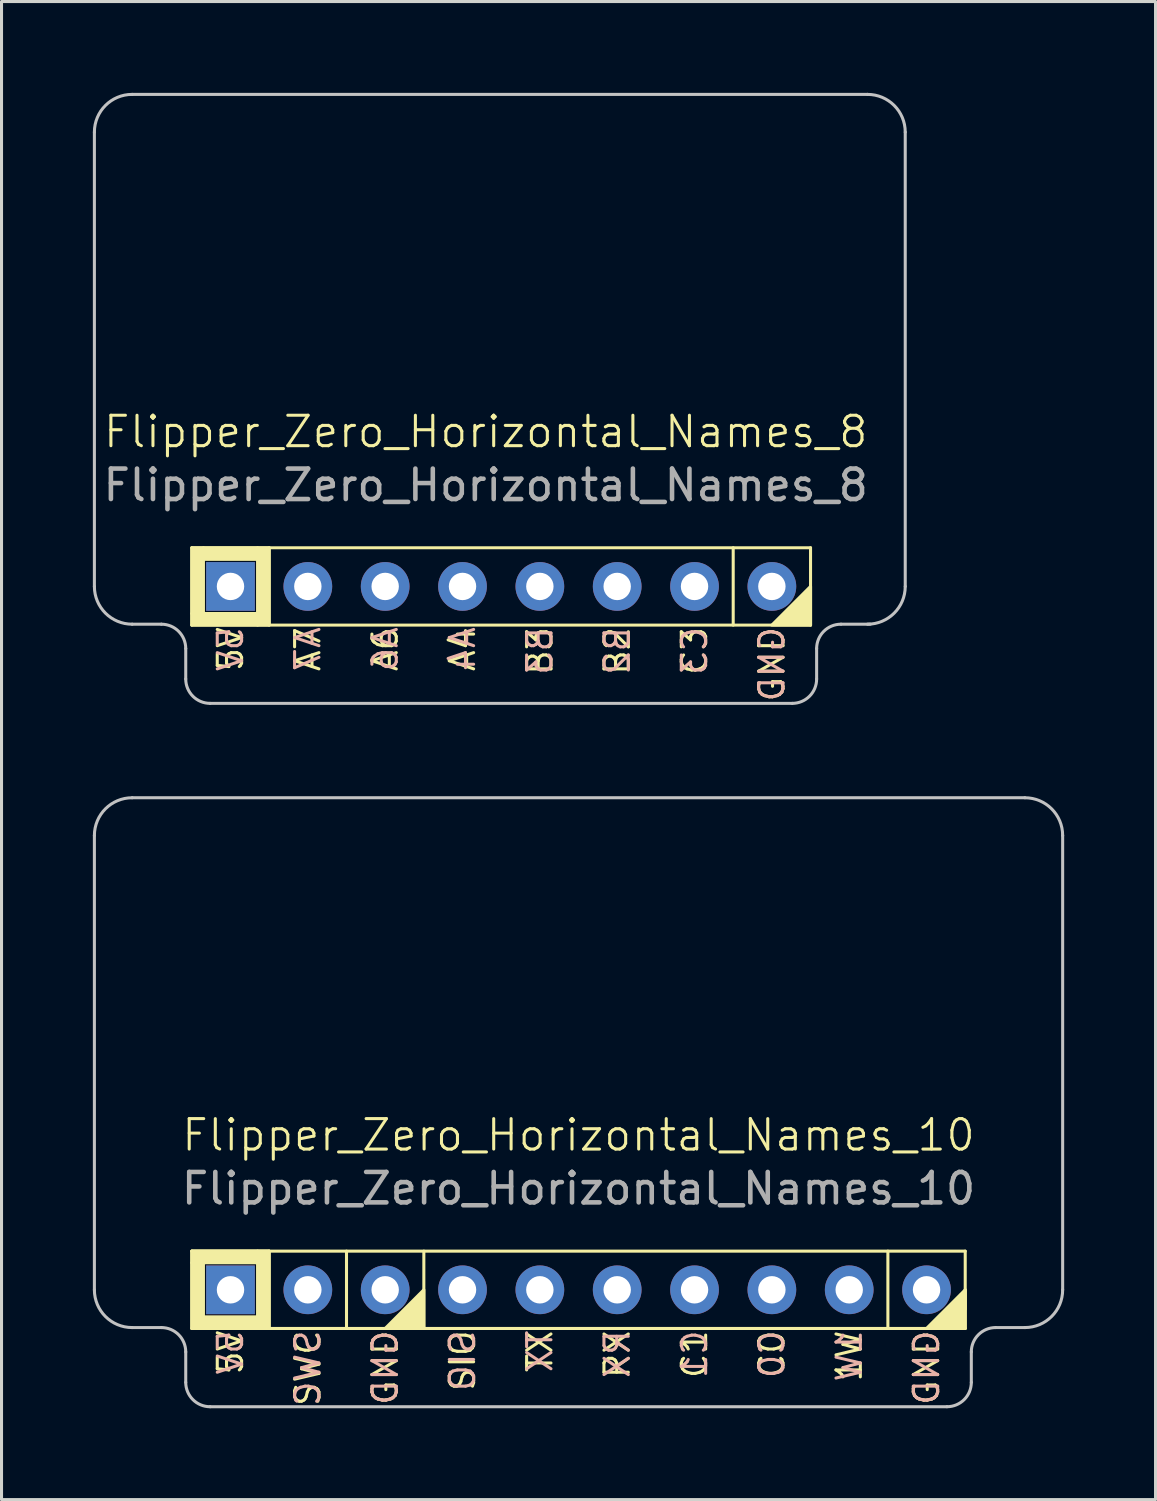
<source format=kicad_pcb>
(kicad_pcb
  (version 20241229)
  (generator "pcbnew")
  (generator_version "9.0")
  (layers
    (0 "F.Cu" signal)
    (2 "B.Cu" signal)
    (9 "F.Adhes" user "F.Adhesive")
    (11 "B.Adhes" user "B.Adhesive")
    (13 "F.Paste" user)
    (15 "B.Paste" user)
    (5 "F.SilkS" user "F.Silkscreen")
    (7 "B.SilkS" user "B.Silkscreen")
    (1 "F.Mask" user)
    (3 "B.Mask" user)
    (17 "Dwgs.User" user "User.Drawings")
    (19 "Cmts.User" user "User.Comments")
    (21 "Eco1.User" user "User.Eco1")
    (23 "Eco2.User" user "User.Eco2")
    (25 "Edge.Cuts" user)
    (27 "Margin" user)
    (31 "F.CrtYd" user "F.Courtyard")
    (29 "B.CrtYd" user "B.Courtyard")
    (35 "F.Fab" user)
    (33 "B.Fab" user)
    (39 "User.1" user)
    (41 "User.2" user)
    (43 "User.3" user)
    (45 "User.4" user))
  (footprint "Flipper_Zero_Horizontal_Names_10"
    (layer "F.Cu")
    (at 4.52 39.31)
    (property "Reference" "Flipper_Zero_Horizontal_Names_10" (at 11.43 -5.08 0) (unlocked yes) (layer "F.SilkS") (effects (font (size 1 1) (thickness 0.1))))
    (attr through_hole)
    (fp_line (start -1.27 -1.27) (end 1.27 -1.27) (stroke (width 0.1) (type default)) (layer "F.SilkS"))
    (fp_line (start -1.27 -1.27) (end 24.13 -1.27) (stroke (width 0.1) (type default)) (layer "F.SilkS"))
    (fp_line (start -1.27 1.27) (end -1.27 -1.27) (stroke (width 0.1) (type default)) (layer "F.SilkS"))
    (fp_line (start 1.27 -1.27) (end 1.27 1.27) (stroke (width 0.1) (type default)) (layer "F.SilkS"))
    (fp_line (start 3.81 -1.27) (end 3.81 1.27) (stroke (width 0.1) (type default)) (layer "F.SilkS"))
    (fp_line (start 6.35 -1.27) (end 6.35 1.27) (stroke (width 0.1) (type default)) (layer "F.SilkS"))
    (fp_line (start 21.59 -1.27) (end 21.59 1.27) (stroke (width 0.1) (type default)) (layer "F.SilkS"))
    (fp_line (start 24.13 -1.27) (end 24.13 1.27) (stroke (width 0.1) (type default)) (layer "F.SilkS"))
    (fp_line (start 24.13 0) (end 24.13 0.635) (stroke (width 0.1) (type default)) (layer "F.SilkS"))
    (fp_line (start 24.13 1.27) (end -1.27 1.27) (stroke (width 0.1) (type default)) (layer "F.SilkS"))
    (fp_rect (start -1.27 -1.27) (end 0.889 -0.889) (stroke (width 0.1) (type solid)) (fill yes) (layer "F.SilkS"))
    (fp_rect (start -1.27 -0.889) (end -0.889 1.27) (stroke (width 0.1) (type solid)) (fill yes) (layer "F.SilkS"))
    (fp_rect (start -0.889 0.889) (end 0.889 1.27) (stroke (width 0.1) (type solid)) (fill yes) (layer "F.SilkS"))
    (fp_rect (start 0.889 -1.27) (end 1.27 1.27) (stroke (width 0.1) (type solid)) (fill yes) (layer "F.SilkS"))
    (fp_poly (pts (xy 6.35 0) (xy 5.08 1.27) (xy 6.35 1.27)) (stroke (width 0.1) (type solid)) (fill yes) (layer "F.SilkS"))
    (fp_poly (pts (xy 22.86 1.27) (xy 24.13 0) (xy 24.13 1.27)) (stroke (width 0.1) (type solid)) (fill yes) (layer "F.SilkS"))
    (fp_line (start -4.47 0) (end -4.47 -14.92) (stroke (width 0.1) (type default)) (layer "Dwgs.User"))
    (fp_line (start -3.23 -16.16) (end 26.09 -16.16) (stroke (width 0.1) (type default)) (layer "Dwgs.User"))
    (fp_line (start -2.27 1.24) (end -3.23 1.24) (stroke (width 0.1) (type default)) (layer "Dwgs.User"))
    (fp_line (start -1.47 2.04) (end -1.47 3.04) (stroke (width 0.1) (type default)) (layer "Dwgs.User"))
    (fp_line (start -0.67 3.84) (end 23.53 3.84) (stroke (width 0.1) (type default)) (layer "Dwgs.User"))
    (fp_line (start 24.33 2.04) (end 24.33 3.04) (stroke (width 0.1) (type default)) (layer "Dwgs.User"))
    (fp_line (start 26.09 1.24) (end 25.13 1.24) (stroke (width 0.1) (type default)) (layer "Dwgs.User"))
    (fp_line (start 27.33 0) (end 27.33 -14.92) (stroke (width 0.1) (type default)) (layer "Dwgs.User"))
    (fp_arc (start -4.47 -14.92) (mid -4.106812 -15.796812) (end -3.23 -16.16) (stroke (width 0.1) (type default)) (layer "Dwgs.User"))
    (fp_arc (start -3.23 1.24) (mid -4.106812 0.876812) (end -4.47 0) (stroke (width 0.1) (type default)) (layer "Dwgs.User"))
    (fp_arc (start -2.27 1.24) (mid -1.704314 1.474314) (end -1.47 2.04) (stroke (width 0.1) (type default)) (layer "Dwgs.User"))
    (fp_arc (start -0.67 3.84) (mid -1.235686 3.605686) (end -1.47 3.04) (stroke (width 0.1) (type default)) (layer "Dwgs.User"))
    (fp_arc (start 24.33 2.04) (mid 24.564315 1.474315) (end 25.13 1.24) (stroke (width 0.1) (type default)) (layer "Dwgs.User"))
    (fp_arc (start 24.33 3.04) (mid 24.095685 3.605685) (end 23.53 3.84) (stroke (width 0.1) (type default)) (layer "Dwgs.User"))
    (fp_arc (start 26.09 -16.16) (mid 26.966812 -15.796812) (end 27.33 -14.92) (stroke (width 0.1) (type default)) (layer "Dwgs.User"))
    (fp_arc (start 27.33 0) (mid 26.966812 0.876812) (end 26.09 1.24) (stroke (width 0.1) (type default)) (layer "Dwgs.User"))
    (fp_text user "GND" (at 5.08 1.27 90) (unlocked yes) (layer "F.SilkS") (effects (font (size 0.8 0.8) (thickness 0.1)) (justify right)))
    (fp_text user "GND" (at 22.86 1.27 90) (unlocked yes) (layer "F.SilkS") (effects (font (size 0.8 0.8) (thickness 0.1)) (justify right)))
    (fp_text user "5V" (at 0 1.27 90) (unlocked yes) (layer "F.SilkS") (effects (font (size 0.8 0.8) (thickness 0.1)) (justify right)))
    (fp_text user "TX" (at 10.16 1.27 90) (unlocked yes) (layer "F.SilkS") (effects (font (size 0.8 0.8) (thickness 0.1)) (justify right)))
    (fp_text user "1W" (at 20.32 1.27 90) (unlocked yes) (layer "F.SilkS") (effects (font (size 0.8 0.8) (thickness 0.1)) (justify right)))
    (fp_text user "SIO" (at 7.62 1.27 90) (unlocked yes) (layer "F.SilkS") (effects (font (size 0.8 0.8) (thickness 0.1)) (justify right)))
    (fp_text user "RX" (at 12.7 1.27 90) (unlocked yes) (layer "F.SilkS") (effects (font (size 0.8 0.8) (thickness 0.1)) (justify right)))
    (fp_text user "C1" (at 15.24 1.27 90) (unlocked yes) (layer "F.SilkS") (effects (font (size 0.8 0.8) (thickness 0.1)) (justify right)))
    (fp_text user "SWC" (at 2.54 1.27 90) (unlocked yes) (layer "F.SilkS") (effects (font (size 0.8 0.8) (thickness 0.1)) (justify right)))
    (fp_text user "C0" (at 17.78 1.27 90) (unlocked yes) (layer "F.SilkS") (effects (font (size 0.8 0.8) (thickness 0.1)) (justify right)))
    (fp_text user "RX" (at 12.7 1.27 90) (unlocked yes) (layer "B.SilkS") (effects (font (size 0.8 0.8) (thickness 0.1)) (justify left mirror)))
    (fp_text user "SIO" (at 7.62 1.27 90) (unlocked yes) (layer "B.SilkS") (effects (font (size 0.8 0.8) (thickness 0.1)) (justify left mirror)))
    (fp_text user "GND" (at 22.86 1.27 90) (unlocked yes) (layer "B.SilkS") (effects (font (size 0.8 0.8) (thickness 0.1)) (justify left mirror)))
    (fp_text user "SWC" (at 2.54 1.27 90) (unlocked yes) (layer "B.SilkS") (effects (font (size 0.8 0.8) (thickness 0.1)) (justify left mirror)))
    (fp_text user "5V" (at 0 1.27 90) (unlocked yes) (layer "B.SilkS") (effects (font (size 0.8 0.8) (thickness 0.1)) (justify left mirror)))
    (fp_text user "1W" (at 20.32 1.27 90) (unlocked yes) (layer "B.SilkS") (effects (font (size 0.8 0.8) (thickness 0.1)) (justify left mirror)))
    (fp_text user "C0" (at 17.78 1.27 90) (unlocked yes) (layer "B.SilkS") (effects (font (size 0.8 0.8) (thickness 0.1)) (justify left mirror)))
    (fp_text user "C1" (at 15.24 1.27 90) (unlocked yes) (layer "B.SilkS") (effects (font (size 0.8 0.8) (thickness 0.1)) (justify left mirror)))
    (fp_text user "TX" (at 10.16 1.27 90) (unlocked yes) (layer "B.SilkS") (effects (font (size 0.8 0.8) (thickness 0.1)) (justify left mirror)))
    (fp_text user "GND" (at 5.08 1.27 90) (unlocked yes) (layer "B.SilkS") (effects (font (size 0.8 0.8) (thickness 0.1)) (justify left mirror)))
    (fp_text user "${REFERENCE}" (at 11.43 -3.326 0) (unlocked yes) (layer "F.Fab") (effects (font (size 1 1) (thickness 0.15))))
    (pad "9" thru_hole rect (at 0 0) (size 1.6 1.6) (drill 0.9) (layers "*.Cu" "*.Mask"))
    (pad "10" thru_hole circle (at 2.54 0) (size 1.6 1.6) (drill 0.9) (layers "*.Cu" "*.Mask"))
    (pad "11" thru_hole circle (at 5.08 0) (size 1.6 1.6) (drill 0.9) (layers "*.Cu" "*.Mask"))
    (pad "12" thru_hole circle (at 7.62 0) (size 1.6 1.6) (drill 0.9) (layers "*.Cu" "*.Mask"))
    (pad "13" thru_hole circle (at 10.16 0) (size 1.6 1.6) (drill 0.9) (layers "*.Cu" "*.Mask"))
    (pad "14" thru_hole circle (at 12.7 0) (size 1.6 1.6) (drill 0.9) (layers "*.Cu" "*.Mask"))
    (pad "15" thru_hole circle (at 15.24 0) (size 1.6 1.6) (drill 0.9) (layers "*.Cu" "*.Mask"))
    (pad "16" thru_hole circle (at 17.78 0) (size 1.6 1.6) (drill 0.9) (layers "*.Cu" "*.Mask"))
    (pad "17" thru_hole circle (at 20.32 0) (size 1.6 1.6) (drill 0.9) (layers "*.Cu" "*.Mask"))
    (pad "18" thru_hole circle (at 22.86 0) (size 1.6 1.6) (drill 0.9) (layers "*.Cu" "*.Mask")))
  (footprint "Flipper_Zero_Horizontal_Names_8"
    (layer "F.Cu")
    (at 4.52 16.21)
    (property "Reference" "Flipper_Zero_Horizontal_Names_8" (at 8.382 -5.08 0) (unlocked yes) (layer "F.SilkS") (effects (font (size 1 1) (thickness 0.1))))
    (attr through_hole)
    (fp_line (start -1.27 -1.27) (end -1.27 1.27) (stroke (width 0.1) (type default)) (layer "F.SilkS"))
    (fp_line (start -1.27 1.27) (end 19.05 1.27) (stroke (width 0.1) (type default)) (layer "F.SilkS"))
    (fp_line (start 1.27 -1.27) (end 1.27 1.27) (stroke (width 0.1) (type default)) (layer "F.SilkS"))
    (fp_line (start 16.51 -1.27) (end 16.51 1.27) (stroke (width 0.1) (type default)) (layer "F.SilkS"))
    (fp_line (start 19.05 -1.27) (end -1.27 -1.27) (stroke (width 0.1) (type default)) (layer "F.SilkS"))
    (fp_line (start 19.05 1.27) (end 19.05 -1.27) (stroke (width 0.1) (type default)) (layer "F.SilkS"))
    (fp_rect (start -1.27 -1.27) (end -0.889 0.889) (stroke (width 0.1) (type solid)) (fill yes) (layer "F.SilkS"))
    (fp_rect (start -1.27 0.889) (end 0.889 1.27) (stroke (width 0.1) (type solid)) (fill yes) (layer "F.SilkS"))
    (fp_rect (start -0.889 -1.27) (end 0.889 -0.889) (stroke (width 0.1) (type solid)) (fill yes) (layer "F.SilkS"))
    (fp_rect (start 0.889 -1.27) (end 1.27 1.27) (stroke (width 0.1) (type solid)) (fill yes) (layer "F.SilkS"))
    (fp_poly (pts (xy 19.05 0) (xy 17.78 1.27) (xy 19.05 1.27)) (stroke (width 0.1) (type solid)) (fill yes) (layer "F.SilkS"))
    (fp_line (start -4.47 0) (end -4.47 -14.92) (stroke (width 0.1) (type default)) (layer "Dwgs.User"))
    (fp_line (start -2.27 1.24) (end -3.23 1.24) (stroke (width 0.1) (type default)) (layer "Dwgs.User"))
    (fp_line (start -1.47 2.04) (end -1.47 3.04) (stroke (width 0.1) (type default)) (layer "Dwgs.User"))
    (fp_line (start -0.67 3.84) (end 18.45 3.84) (stroke (width 0.1) (type default)) (layer "Dwgs.User"))
    (fp_line (start 19.25 2.04) (end 19.25 3.04) (stroke (width 0.1) (type default)) (layer "Dwgs.User"))
    (fp_line (start 20.05 1.24) (end 21.01 1.24) (stroke (width 0.1) (type default)) (layer "Dwgs.User"))
    (fp_line (start 20.92 -16.16) (end -3.23 -16.16) (stroke (width 0.1) (type default)) (layer "Dwgs.User"))
    (fp_line (start 22.16 0) (end 22.16 -14.92) (stroke (width 0.1) (type default)) (layer "Dwgs.User"))
    (fp_arc (start -4.47 -14.92) (mid -4.106812 -15.796812) (end -3.23 -16.16) (stroke (width 0.1) (type default)) (layer "Dwgs.User"))
    (fp_arc (start -3.23 1.24) (mid -4.106812 0.876812) (end -4.47 0) (stroke (width 0.1) (type default)) (layer "Dwgs.User"))
    (fp_arc (start -2.27 1.24) (mid -1.704314 1.474314) (end -1.47 2.04) (stroke (width 0.1) (type default)) (layer "Dwgs.User"))
    (fp_arc (start -0.67 3.84) (mid -1.235686 3.605686) (end -1.47 3.04) (stroke (width 0.1) (type default)) (layer "Dwgs.User"))
    (fp_arc (start 19.25 2.04) (mid 19.484315 1.474315) (end 20.05 1.24) (stroke (width 0.1) (type default)) (layer "Dwgs.User"))
    (fp_arc (start 19.25 3.04) (mid 19.015685 3.605685) (end 18.45 3.84) (stroke (width 0.1) (type default)) (layer "Dwgs.User"))
    (fp_arc (start 20.92 -16.16) (mid 21.796812 -15.796812) (end 22.16 -14.92) (stroke (width 0.1) (type default)) (layer "Dwgs.User"))
    (fp_arc (start 22.16 0) (mid 21.796812 0.876812) (end 20.92 1.24) (stroke (width 0.1) (type default)) (layer "Dwgs.User"))
    (fp_text user "GND" (at 17.78 1.27 90) (unlocked yes) (layer "F.SilkS") (effects (font (size 0.8 0.8) (thickness 0.1)) (justify right)))
    (fp_text user "B2" (at 12.7 1.27 90) (unlocked yes) (layer "F.SilkS") (effects (font (size 0.8 0.8) (thickness 0.1)) (justify right)))
    (fp_text user "B3" (at 10.16 1.27 90) (unlocked yes) (layer "F.SilkS") (effects (font (size 0.8 0.8) (thickness 0.1)) (justify right)))
    (fp_text user "5V" (at 0 1.27 90) (unlocked yes) (layer "F.SilkS") (effects (font (size 0.8 0.8) (thickness 0.1)) (justify right)))
    (fp_text user "A4" (at 7.62 1.27 90) (unlocked yes) (layer "F.SilkS") (effects (font (size 0.8 0.8) (thickness 0.1)) (justify right)))
    (fp_text user "C3" (at 15.24 1.27 90) (unlocked yes) (layer "F.SilkS") (effects (font (size 0.8 0.8) (thickness 0.1)) (justify right)))
    (fp_text user "A7" (at 2.54 1.27 90) (unlocked yes) (layer "F.SilkS") (effects (font (size 0.8 0.8) (thickness 0.1)) (justify right)))
    (fp_text user "A6" (at 5.08 1.27 90) (unlocked yes) (layer "F.SilkS") (effects (font (size 0.8 0.8) (thickness 0.1)) (justify right)))
    (fp_text user "A6" (at 5.08 1.27 90) (unlocked yes) (layer "B.SilkS") (effects (font (size 0.8 0.8) (thickness 0.1)) (justify left mirror)))
    (fp_text user "A7" (at 2.54 1.27 90) (unlocked yes) (layer "B.SilkS") (effects (font (size 0.8 0.8) (thickness 0.1)) (justify left mirror)))
    (fp_text user "B3" (at 10.16 1.27 90) (unlocked yes) (layer "B.SilkS") (effects (font (size 0.8 0.8) (thickness 0.1)) (justify left mirror)))
    (fp_text user "B2" (at 12.7 1.27 90) (unlocked yes) (layer "B.SilkS") (effects (font (size 0.8 0.8) (thickness 0.1)) (justify left mirror)))
    (fp_text user "5V" (at 0 1.27 90) (unlocked yes) (layer "B.SilkS") (effects (font (size 0.8 0.8) (thickness 0.1)) (justify left mirror)))
    (fp_text user "C3" (at 15.24 1.27 90) (unlocked yes) (layer "B.SilkS") (effects (font (size 0.8 0.8) (thickness 0.1)) (justify left mirror)))
    (fp_text user "GND" (at 17.78 1.27 90) (unlocked yes) (layer "B.SilkS") (effects (font (size 0.8 0.8) (thickness 0.1)) (justify left mirror)))
    (fp_text user "A4" (at 7.62 1.27 90) (unlocked yes) (layer "B.SilkS") (effects (font (size 0.8 0.8) (thickness 0.1)) (justify left mirror)))
    (fp_text user "${REFERENCE}" (at 8.382 -3.326 0) (unlocked yes) (layer "F.Fab") (effects (font (size 1 1) (thickness 0.15))))
    (pad "1" thru_hole rect (at 0 0) (size 1.6 1.6) (drill 0.9) (layers "*.Cu" "*.Mask"))
    (pad "2" thru_hole circle (at 2.54 0) (size 1.6 1.6) (drill 0.9) (layers "*.Cu" "*.Mask"))
    (pad "3" thru_hole circle (at 5.08 0) (size 1.6 1.6) (drill 0.9) (layers "*.Cu" "*.Mask"))
    (pad "4" thru_hole circle (at 7.62 0) (size 1.6 1.6) (drill 0.9) (layers "*.Cu" "*.Mask"))
    (pad "5" thru_hole circle (at 10.16 0) (size 1.6 1.6) (drill 0.9) (layers "*.Cu" "*.Mask"))
    (pad "6" thru_hole circle (at 12.7 0) (size 1.6 1.6) (drill 0.9) (layers "*.Cu" "*.Mask"))
    (pad "7" thru_hole circle (at 15.24 0) (size 1.6 1.6) (drill 0.9) (layers "*.Cu" "*.Mask"))
    (pad "8" thru_hole circle (at 17.78 0) (size 1.6 1.6) (drill 0.9) (layers "*.Cu" "*.Mask")))
  (gr_rect
    (start -3 -3)
    (end 34.9 46.2)
    (stroke (width 0.1) (type default))
    (fill no)
    (layer "Edge.Cuts")))
</source>
